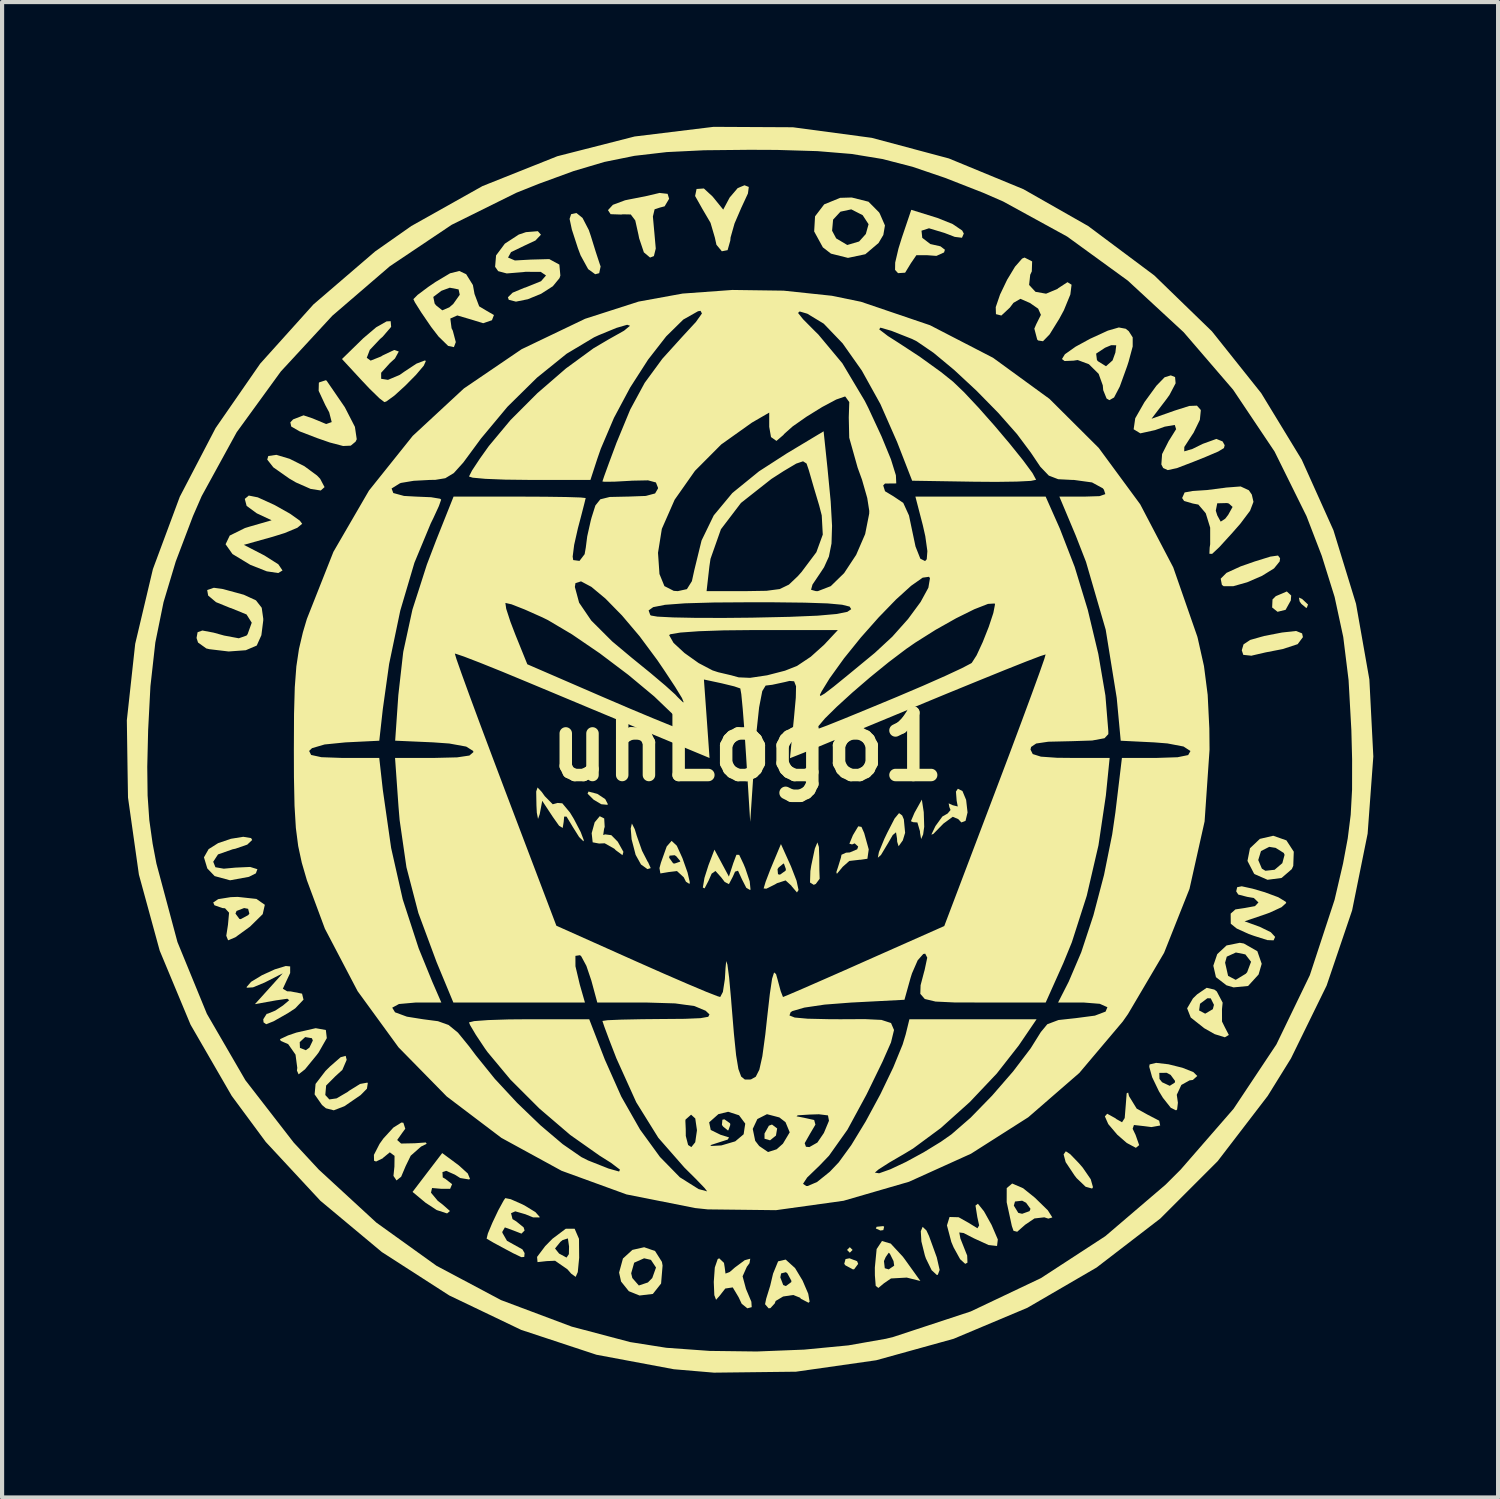
<source format=kicad_pcb>
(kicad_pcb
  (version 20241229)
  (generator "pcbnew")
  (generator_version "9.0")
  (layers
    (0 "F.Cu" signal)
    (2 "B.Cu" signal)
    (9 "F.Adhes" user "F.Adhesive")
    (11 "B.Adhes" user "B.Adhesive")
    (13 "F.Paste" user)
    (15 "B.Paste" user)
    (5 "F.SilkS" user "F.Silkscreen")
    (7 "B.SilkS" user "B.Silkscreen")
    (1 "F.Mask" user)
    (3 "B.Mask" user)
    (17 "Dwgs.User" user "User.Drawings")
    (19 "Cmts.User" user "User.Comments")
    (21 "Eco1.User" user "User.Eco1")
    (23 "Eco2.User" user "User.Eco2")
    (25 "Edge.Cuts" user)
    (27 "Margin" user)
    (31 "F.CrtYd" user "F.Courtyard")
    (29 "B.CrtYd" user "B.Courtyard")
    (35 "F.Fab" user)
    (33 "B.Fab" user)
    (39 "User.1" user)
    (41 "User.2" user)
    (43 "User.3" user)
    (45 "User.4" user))
  (footprint "uhLogo1"
    (layer "F.Cu")
    (at 14.911 14.907)
    (property "Reference" "uhLogo1" (at 0 0 0) (layer "F.SilkS") (effects (font (size 1.5 1.5) (thickness 0.3))))
    (attr board_only exclude_from_pos_files exclude_from_bom)
    (fp_poly (pts (xy 2.54 12.098) (xy 2.473 12.165) (xy 2.406 12.098) (xy 2.473 12.032)) (stroke (width 0) (type solid)) (fill yes) (layer "F.SilkS"))
    (fp_poly (pts (xy 3.298 11.541) (xy 3.279 11.621) (xy 3.208 11.631) (xy 3.098 11.582) (xy 3.119 11.541) (xy 3.278 11.525)) (stroke (width 0) (type solid)) (fill yes) (layer "F.SilkS"))
    (fp_poly (pts (xy 0.726 9.177) (xy 0.697 9.348) (xy 0.555 9.462) (xy 0.422 9.424) (xy 0.422 9.299) (xy 0.527 9.111) (xy 0.602 9.083)) (stroke (width 0) (type solid)) (fill yes) (layer "F.SilkS"))
    (fp_poly (pts (xy 13.348 -3.555) (xy 13.491 -3.421) (xy 13.462 -3.343) (xy 13.443 -3.342) (xy 13.33 -3.437) (xy 13.289 -3.496) (xy 13.273 -3.588)) (stroke (width 0) (type solid)) (fill yes) (layer "F.SilkS"))
    (fp_poly (pts (xy -3.598 1.132) (xy -3.408 1.258) (xy -3.345 1.379) (xy -3.356 1.395) (xy -3.503 1.381) (xy -3.686 1.273) (xy -3.833 1.127) (xy -3.81 1.076)) (stroke (width 0) (type solid)) (fill yes) (layer "F.SilkS"))
    (fp_poly (pts (xy -0.406 9.054) (xy -0.401 9.091) (xy -0.447 9.221) (xy -0.46 9.224) (xy -0.574 9.131) (xy -0.602 9.091) (xy -0.591 8.967) (xy -0.543 8.957)) (stroke (width 0) (type solid)) (fill yes) (layer "F.SilkS"))
    (fp_poly (pts (xy 2.648 12.369) (xy 2.674 12.433) (xy 2.578 12.562) (xy 2.548 12.566) (xy 2.367 12.469) (xy 2.339 12.433) (xy 2.37 12.318) (xy 2.465 12.299)) (stroke (width 0) (type solid)) (fill yes) (layer "F.SilkS"))
    (fp_poly (pts (xy 13.086 -3.638) (xy 13.077 -3.52) (xy 12.952 -3.294) (xy 12.758 -3.246) (xy 12.628 -3.35) (xy 12.637 -3.543) (xy 12.716 -3.622) (xy 12.981 -3.735)) (stroke (width 0) (type solid)) (fill yes) (layer "F.SilkS"))
    (fp_poly (pts (xy 4.251 1.572) (xy 4.262 1.923) (xy 4.236 2.107) (xy 4.188 2.218) (xy 4.162 2.071) (xy 4.16 2.031) (xy 4.098 1.819) (xy 3.997 1.813) (xy 3.942 1.789) (xy 4.028 1.587) (xy 4.205 1.27)) (stroke (width 0) (type solid)) (fill yes) (layer "F.SilkS"))
    (fp_poly (pts (xy -2.698 1.981) (xy -2.65 2.139) (xy -2.523 2.5) (xy -2.391 2.757) (xy -2.378 2.774) (xy -2.314 2.917) (xy -2.393 2.941) (xy -2.548 2.83) (xy -2.677 2.598) (xy -2.774 2.224) (xy -2.795 1.963) (xy -2.767 1.845)) (stroke (width 0) (type solid)) (fill yes) (layer "F.SilkS"))
    (fp_poly (pts (xy 1.73 2.41) (xy 1.738 2.651) (xy 1.741 2.977) (xy 1.748 3.17) (xy 1.748 3.172) (xy 1.655 3.298) (xy 1.606 3.319) (xy 1.516 3.263) (xy 1.525 2.988) (xy 1.546 2.855) (xy 1.632 2.448) (xy 1.694 2.299)) (stroke (width 0) (type solid)) (fill yes) (layer "F.SilkS"))
    (fp_poly (pts (xy 4.315 11.629) (xy 4.378 11.764) (xy 4.564 12.277) (xy 4.633 12.579) (xy 4.589 12.696) (xy 4.565 12.7) (xy 4.441 12.586) (xy 4.303 12.304) (xy 4.278 12.231) (xy 4.194 11.893) (xy 4.18 11.648) (xy 4.224 11.543)) (stroke (width 0) (type solid)) (fill yes) (layer "F.SilkS"))
    (fp_poly (pts (xy 7.773 9.796) (xy 7.982 10.013) (xy 8.072 10.117) (xy 8.266 10.398) (xy 8.32 10.589) (xy 8.299 10.622) (xy 8.143 10.579) (xy 7.926 10.371) (xy 7.878 10.309) (xy 7.663 9.986) (xy 7.614 9.801) (xy 7.667 9.726)) (stroke (width 0) (type solid)) (fill yes) (layer "F.SilkS"))
    (fp_poly (pts (xy -10.997 -6.925) (xy -10.642 -6.747) (xy -10.339 -6.524) (xy -10.263 -6.445) (xy -10.157 -6.244) (xy -10.248 -6.163) (xy -10.492 -6.201) (xy -10.846 -6.357) (xy -11.005 -6.45) (xy -11.388 -6.719) (xy -11.535 -6.906) (xy -11.51 -6.992) (xy -11.316 -7.02)) (stroke (width 0) (type solid)) (fill yes) (layer "F.SilkS"))
    (fp_poly (pts (xy 12.819 -4.534) (xy 12.809 -4.457) (xy 12.673 -4.289) (xy 12.384 -4.11) (xy 12.028 -3.956) (xy 11.692 -3.861) (xy 11.462 -3.861) (xy 11.42 -3.893) (xy 11.391 -4.042) (xy 11.53 -4.182) (xy 11.871 -4.338) (xy 12.208 -4.456) (xy 12.585 -4.573) (xy 12.769 -4.599)) (stroke (width 0) (type solid)) (fill yes) (layer "F.SilkS"))
    (fp_poly (pts (xy 13.348 -2.727) (xy 13.368 -2.637) (xy 13.242 -2.468) (xy 12.886 -2.351) (xy 12.867 -2.347) (xy 12.471 -2.27) (xy 12.16 -2.198) (xy 12.132 -2.19) (xy 11.934 -2.211) (xy 11.898 -2.321) (xy 11.94 -2.463) (xy 12.101 -2.57) (xy 12.433 -2.664) (xy 12.867 -2.748) (xy 13.204 -2.785)) (stroke (width 0) (type solid)) (fill yes) (layer "F.SilkS"))
    (fp_poly (pts (xy -3.954 -12.717) (xy -3.803 -12.426) (xy -3.755 -12.285) (xy -3.635 -11.898) (xy -3.538 -11.603) (xy -3.519 -11.55) (xy -3.553 -11.388) (xy -3.649 -11.363) (xy -3.819 -11.486) (xy -4 -11.816) (xy -4.065 -11.989) (xy -4.211 -12.439) (xy -4.265 -12.694) (xy -4.228 -12.807) (xy -4.103 -12.834) (xy -4.099 -12.834)) (stroke (width 0) (type solid)) (fill yes) (layer "F.SilkS"))
    (fp_poly (pts (xy -3.433 1.723) (xy -3.421 1.925) (xy -3.436 1.976) (xy -3.457 2.121) (xy -3.409 2.106) (xy -3.262 2.125) (xy -3.107 2.282) (xy -2.971 2.526) (xy -2.993 2.606) (xy -3.154 2.487) (xy -3.189 2.451) (xy -3.421 2.32) (xy -3.556 2.326) (xy -3.71 2.297) (xy -3.734 2.077) (xy -3.662 1.816) (xy -3.54 1.669)) (stroke (width 0) (type solid)) (fill yes) (layer "F.SilkS"))
    (fp_poly (pts (xy 3.732 1.651) (xy 3.772 1.745) (xy 3.803 2.068) (xy 3.747 2.251) (xy 3.646 2.391) (xy 3.612 2.283) (xy 3.608 2.206) (xy 3.584 2.056) (xy 3.506 2.121) (xy 3.399 2.306) (xy 3.223 2.6) (xy 3.147 2.667) (xy 3.173 2.531) (xy 3.304 2.212) (xy 3.373 2.068) (xy 3.55 1.724) (xy 3.657 1.595)) (stroke (width 0) (type solid)) (fill yes) (layer "F.SilkS"))
    (fp_poly (pts (xy 0.044 -13.462) (xy 0.023 -13.304) (xy -0.13 -12.974) (xy -0.131 -12.973) (xy -0.299 -12.583) (xy -0.394 -12.248) (xy -0.401 -12.171) (xy -0.466 -11.942) (xy -0.604 -11.915) (xy -0.734 -12.071) (xy -0.772 -12.244) (xy -0.876 -12.599) (xy -1.073 -12.935) (xy -1.247 -13.244) (xy -1.212 -13.413) (xy -1.036 -13.425) (xy -0.826 -13.231) (xy -0.571 -12.917) (xy -0.415 -13.209) (xy -0.222 -13.435) (xy -0.059 -13.502)) (stroke (width 0) (type solid)) (fill yes) (layer "F.SilkS"))
    (fp_poly (pts (xy -11.923 2.195) (xy -11.898 2.241) (xy -12.015 2.352) (xy -12.302 2.451) (xy -12.366 2.464) (xy -12.719 2.588) (xy -12.834 2.764) (xy -12.781 2.896) (xy -12.58 2.931) (xy -12.299 2.905) (xy -11.946 2.889) (xy -11.772 2.943) (xy -11.809 3.043) (xy -11.976 3.127) (xy -12.429 3.21) (xy -12.8 3.109) (xy -12.976 2.925) (xy -13.057 2.658) (xy -12.945 2.461) (xy -12.717 2.317) (xy -12.408 2.212) (xy -12.112 2.164)) (stroke (width 0) (type solid)) (fill yes) (layer "F.SilkS"))
    (fp_poly (pts (xy 2.753 1.926) (xy 2.819 2.075) (xy 2.928 2.467) (xy 2.896 2.692) (xy 2.727 2.717) (xy 2.721 2.715) (xy 2.461 2.745) (xy 2.302 2.886) (xy 2.162 3.055) (xy 2.15 3.012) (xy 2.188 2.897) (xy 2.259 2.667) (xy 2.273 2.596) (xy 2.382 2.546) (xy 2.473 2.54) (xy 2.651 2.464) (xy 2.674 2.398) (xy 2.59 2.322) (xy 2.527 2.348) (xy 2.463 2.33) (xy 2.548 2.125) (xy 2.676 1.912)) (stroke (width 0) (type solid)) (fill yes) (layer "F.SilkS"))
    (fp_poly (pts (xy -10.107 -8.803) (xy -9.669 -8.164) (xy -9.427 -7.693) (xy -9.383 -7.395) (xy -9.411 -7.337) (xy -9.527 -7.241) (xy -9.711 -7.233) (xy -10.031 -7.317) (xy -10.338 -7.424) (xy -10.757 -7.585) (xy -10.958 -7.701) (xy -10.98 -7.801) (xy -10.914 -7.872) (xy -10.662 -7.97) (xy -10.445 -7.897) (xy -10.118 -7.761) (xy -9.985 -7.808) (xy -10.045 -8.041) (xy -10.14 -8.218) (xy -10.299 -8.56) (xy -10.294 -8.753) (xy -10.278 -8.766) (xy -10.127 -8.814)) (stroke (width 0) (type solid)) (fill yes) (layer "F.SilkS"))
    (fp_poly (pts (xy 5.182 1.065) (xy 5.27 1.277) (xy 5.304 1.578) (xy 5.256 1.78) (xy 5.155 1.819) (xy 5.081 1.739) (xy 4.948 1.683) (xy 4.725 1.846) (xy 4.68 1.892) (xy 4.479 2.097) (xy 4.434 2.111) (xy 4.517 1.937) (xy 4.533 1.905) (xy 4.699 1.676) (xy 4.825 1.604) (xy 4.895 1.52) (xy 4.867 1.45) (xy 4.85 1.36) (xy 4.948 1.405) (xy 5.069 1.435) (xy 5.042 1.296) (xy 5.025 1.076) (xy 5.072 1.008)) (stroke (width 0) (type solid)) (fill yes) (layer "F.SilkS"))
    (fp_poly (pts (xy -9.625 7.527) (xy -9.729 7.769) (xy -9.893 7.918) (xy -10.119 8.145) (xy -10.139 8.373) (xy -10.042 8.479) (xy -9.868 8.454) (xy -9.6 8.297) (xy -9.567 8.271) (xy -9.303 8.107) (xy -9.129 8.075) (xy -9.117 8.084) (xy -9.138 8.221) (xy -9.291 8.376) (xy -9.679 8.642) (xy -9.935 8.741) (xy -10.124 8.692) (xy -10.218 8.613) (xy -10.396 8.358) (xy -10.373 8.106) (xy -10.135 7.795) (xy -10.026 7.687) (xy -9.77 7.464) (xy -9.649 7.431)) (stroke (width 0) (type solid)) (fill yes) (layer "F.SilkS"))
    (fp_poly (pts (xy -2.21 12.124) (xy -2.045 12.385) (xy -2.029 12.474) (xy -2.065 12.906) (xy -2.263 13.156) (xy -2.583 13.194) (xy -2.841 13.09) (xy -3.027 12.858) (xy -3.071 12.659) (xy -2.784 12.659) (xy -2.757 12.773) (xy -2.6 12.953) (xy -2.382 12.88) (xy -2.277 12.773) (xy -2.187 12.521) (xy -2.309 12.337) (xy -2.473 12.299) (xy -2.712 12.405) (xy -2.784 12.659) (xy -3.071 12.659) (xy -3.075 12.643) (xy -2.982 12.304) (xy -2.755 12.097) (xy -2.472 12.033)) (stroke (width 0) (type solid)) (fill yes) (layer "F.SilkS"))
    (fp_poly (pts (xy 3.456 11.945) (xy 3.748 12.26) (xy 3.793 12.32) (xy 4.17 12.845) (xy 3.842 12.763) (xy 3.463 12.784) (xy 3.294 12.9) (xy 3.16 13.012) (xy 3.096 12.963) (xy 3.076 12.71) (xy 3.075 12.523) (xy 3.09 12.366) (xy 3.294 12.366) (xy 3.314 12.538) (xy 3.409 12.566) (xy 3.54 12.476) (xy 3.524 12.366) (xy 3.437 12.19) (xy 3.409 12.165) (xy 3.336 12.269) (xy 3.294 12.366) (xy 3.09 12.366) (xy 3.118 12.077) (xy 3.246 11.884)) (stroke (width 0) (type solid)) (fill yes) (layer "F.SilkS"))
    (fp_poly (pts (xy 9.186 8.399) (xy 9.371 8.7) (xy 9.636 8.847) (xy 9.912 8.99) (xy 9.936 9.106) (xy 9.726 9.144) (xy 9.547 9.121) (xy 9.305 9.094) (xy 9.274 9.185) (xy 9.344 9.331) (xy 9.431 9.578) (xy 9.352 9.643) (xy 9.134 9.527) (xy 8.904 9.327) (xy 8.687 9.071) (xy 8.606 8.887) (xy 8.662 8.823) (xy 8.858 8.931) (xy 8.887 8.954) (xy 9.019 9.028) (xy 9.083 8.927) (xy 9.109 8.606) (xy 9.13 8.332) (xy 9.166 8.315)) (stroke (width 0) (type solid)) (fill yes) (layer "F.SilkS"))
    (fp_poly (pts (xy 11.948 4.73) (xy 12.272 4.915) (xy 12.377 5.218) (xy 12.302 5.475) (xy 12.05 5.751) (xy 11.7 5.785) (xy 11.53 5.735) (xy 11.277 5.539) (xy 11.214 5.264) (xy 11.238 5.191) (xy 11.497 5.191) (xy 11.569 5.508) (xy 11.752 5.604) (xy 11.994 5.457) (xy 12.027 5.42) (xy 12.121 5.169) (xy 11.984 4.992) (xy 11.756 4.946) (xy 11.537 5.046) (xy 11.497 5.191) (xy 11.238 5.191) (xy 11.308 4.985) (xy 11.531 4.777) (xy 11.85 4.713)) (stroke (width 0) (type solid)) (fill yes) (layer "F.SilkS"))
    (fp_poly (pts (xy -10.126 6.81) (xy -10.103 7.005) (xy -10.3 7.351) (xy -10.347 7.413) (xy -10.627 7.755) (xy -10.781 7.876) (xy -10.821 7.785) (xy -10.813 7.72) (xy -10.855 7.402) (xy -11.032 7.149) (xy -11.144 7.101) (xy -10.754 7.101) (xy -10.749 7.24) (xy -10.607 7.296) (xy -10.521 7.233) (xy -10.439 7.062) (xy -10.461 7.007) (xy -10.623 6.98) (xy -10.754 7.101) (xy -11.144 7.101) (xy -11.21 7.072) (xy -11.229 7.031) (xy -11.035 6.94) (xy -10.835 6.872) (xy -10.37 6.766)) (stroke (width 0) (type solid)) (fill yes) (layer "F.SilkS"))
    (fp_poly (pts (xy -6.932 10.062) (xy -6.713 10.26) (xy -6.66 10.389) (xy -6.681 10.404) (xy -6.895 10.369) (xy -7.026 10.287) (xy -7.232 10.196) (xy -7.322 10.226) (xy -7.315 10.354) (xy -7.252 10.39) (xy -7.09 10.517) (xy -7.138 10.629) (xy -7.353 10.628) (xy -7.572 10.609) (xy -7.598 10.721) (xy -7.436 10.916) (xy -7.319 11.006) (xy -7.142 11.162) (xy -7.207 11.218) (xy -7.219 11.218) (xy -7.461 11.139) (xy -7.73 10.962) (xy -8.041 10.703) (xy -7.685 10.236) (xy -7.328 9.769)) (stroke (width 0) (type solid)) (fill yes) (layer "F.SilkS"))
    (fp_poly (pts (xy -4.039 11.831) (xy -4.035 12.287) (xy -4.068 12.631) (xy -4.119 12.746) (xy -4.226 12.669) (xy -4.316 12.565) (xy -4.614 12.358) (xy -4.818 12.367) (xy -5.036 12.391) (xy -5.047 12.266) (xy -4.894 12.063) (xy -4.615 12.063) (xy -4.518 12.185) (xy -4.338 12.282) (xy -4.282 12.199) (xy -4.278 12.015) (xy -4.306 11.821) (xy -4.431 11.86) (xy -4.485 11.903) (xy -4.615 12.063) (xy -4.894 12.063) (xy -4.853 12.008) (xy -4.678 11.83) (xy -4.356 11.588) (xy -4.144 11.588)) (stroke (width 0) (type solid)) (fill yes) (layer "F.SilkS"))
    (fp_poly (pts (xy -1.687 2.379) (xy -1.552 2.676) (xy -1.428 3.025) (xy -1.375 3.255) (xy -1.382 3.298) (xy -1.467 3.244) (xy -1.52 3.138) (xy -1.683 2.988) (xy -1.884 3.012) (xy -2.082 3.045) (xy -2.104 2.916) (xy -2.069 2.787) (xy -2.026 2.666) (xy -1.872 2.666) (xy -1.775 2.802) (xy -1.738 2.807) (xy -1.608 2.762) (xy -1.604 2.748) (xy -1.698 2.634) (xy -1.738 2.607) (xy -1.861 2.617) (xy -1.872 2.666) (xy -2.026 2.666) (xy -1.93 2.397) (xy -1.812 2.262)) (stroke (width 0) (type solid)) (fill yes) (layer "F.SilkS"))
    (fp_poly (pts (xy 4.582 -12.716) (xy 4.947 -12.569) (xy 5.175 -12.414) (xy 5.214 -12.341) (xy 5.17 -12.24) (xy 4.997 -12.261) (xy 4.749 -12.356) (xy 4.377 -12.468) (xy 4.197 -12.41) (xy 4.215 -12.238) (xy 4.409 -12.089) (xy 4.653 -12.034) (xy 4.76 -11.952) (xy 4.739 -11.887) (xy 4.556 -11.804) (xy 4.339 -11.82) (xy 4.074 -11.821) (xy 3.944 -11.631) (xy 3.803 -11.4) (xy 3.633 -11.389) (xy 3.561 -11.467) (xy 3.564 -11.643) (xy 3.643 -11.98) (xy 3.724 -12.241) (xy 3.951 -12.912)) (stroke (width 0) (type solid)) (fill yes) (layer "F.SilkS"))
    (fp_poly (pts (xy 5.699 11.169) (xy 5.882 11.497) (xy 6.032 11.846) (xy 6.013 12.003) (xy 5.809 11.98) (xy 5.455 11.818) (xy 5.208 11.691) (xy 5.105 11.678) (xy 5.132 11.823) (xy 5.269 12.169) (xy 5.295 12.232) (xy 5.302 12.404) (xy 5.248 12.433) (xy 5.125 12.32) (xy 4.969 12.037) (xy 4.914 11.907) (xy 4.809 11.508) (xy 4.871 11.306) (xy 5.09 11.312) (xy 5.337 11.451) (xy 5.541 11.577) (xy 5.583 11.509) (xy 5.539 11.308) (xy 5.495 11.031) (xy 5.553 10.987)) (stroke (width 0) (type solid)) (fill yes) (layer "F.SilkS"))
    (fp_poly (pts (xy 6.641 10.615) (xy 6.923 10.842) (xy 7.234 11.145) (xy 7.343 11.317) (xy 7.246 11.345) (xy 7.149 11.314) (xy 6.913 11.341) (xy 6.688 11.493) (xy 6.498 11.661) (xy 6.409 11.638) (xy 6.369 11.523) (xy 6.263 11.033) (xy 6.417 11.033) (xy 6.524 11.207) (xy 6.617 11.229) (xy 6.795 11.165) (xy 6.818 11.11) (xy 6.712 10.964) (xy 6.617 10.914) (xy 6.445 10.934) (xy 6.417 11.033) (xy 6.263 11.033) (xy 6.245 10.951) (xy 6.246 10.611) (xy 6.377 10.501)) (stroke (width 0) (type solid)) (fill yes) (layer "F.SilkS"))
    (fp_poly (pts (xy 11.239 5.838) (xy 11.297 5.883) (xy 11.438 6.152) (xy 11.422 6.308) (xy 11.423 6.606) (xy 11.492 6.746) (xy 11.587 6.929) (xy 11.491 6.985) (xy 11.248 6.91) (xy 10.997 6.768) (xy 10.671 6.51) (xy 10.604 6.34) (xy 10.872 6.34) (xy 11.018 6.417) (xy 11.202 6.309) (xy 11.229 6.205) (xy 11.152 6.049) (xy 11.071 6.046) (xy 10.894 6.179) (xy 10.872 6.34) (xy 10.604 6.34) (xy 10.584 6.289) (xy 10.724 6.05) (xy 10.826 5.951) (xy 11.054 5.795)) (stroke (width 0) (type solid)) (fill yes) (layer "F.SilkS"))
    (fp_poly (pts (xy 12.971 2.25) (xy 13.148 2.522) (xy 13.136 2.863) (xy 13.101 2.941) (xy 12.856 3.153) (xy 12.517 3.198) (xy 12.207 3.062) (xy 12.192 3.048) (xy 12.035 2.744) (xy 12.039 2.723) (xy 12.294 2.723) (xy 12.381 2.929) (xy 12.466 2.981) (xy 12.687 2.957) (xy 12.873 2.798) (xy 12.927 2.598) (xy 12.908 2.553) (xy 12.712 2.43) (xy 12.558 2.406) (xy 12.36 2.507) (xy 12.294 2.723) (xy 12.039 2.723) (xy 12.095 2.44) (xy 12.333 2.214) (xy 12.655 2.139)) (stroke (width 0) (type solid)) (fill yes) (layer "F.SilkS"))
    (fp_poly (pts (xy -11.763 -5.998) (xy -11.376 -5.822) (xy -11.35 -5.809) (xy -10.989 -5.606) (xy -10.751 -5.437) (xy -10.695 -5.362) (xy -10.812 -5.266) (xy -11.115 -5.14) (xy -11.397 -5.052) (xy -12.098 -4.856) (xy -11.602 -4.6) (xy -11.268 -4.388) (xy -11.168 -4.24) (xy -11.27 -4.178) (xy -11.546 -4.219) (xy -11.941 -4.375) (xy -12.371 -4.635) (xy -12.537 -4.87) (xy -12.437 -5.079) (xy -12.071 -5.26) (xy -11.964 -5.293) (xy -11.43 -5.447) (xy -11.787 -5.614) (xy -12.031 -5.793) (xy -12.075 -5.961) (xy -11.979 -6.041)) (stroke (width 0) (type solid)) (fill yes) (layer "F.SilkS"))
    (fp_poly (pts (xy -8.262 9.04) (xy -8.216 9.184) (xy -8.277 9.266) (xy -8.411 9.455) (xy -8.316 9.54) (xy -7.988 9.533) (xy -7.723 9.514) (xy -7.701 9.545) (xy -7.837 9.613) (xy -8.085 9.832) (xy -8.207 10.082) (xy -8.315 10.338) (xy -8.427 10.427) (xy -8.5 10.318) (xy -8.477 10.093) (xy -8.474 9.836) (xy -8.588 9.751) (xy -8.751 9.885) (xy -8.758 9.895) (xy -8.918 9.972) (xy -8.967 9.953) (xy -8.97 9.812) (xy -8.834 9.547) (xy -8.742 9.418) (xy -8.502 9.156) (xy -8.31 9.035)) (stroke (width 0) (type solid)) (fill yes) (layer "F.SilkS"))
    (fp_poly (pts (xy -4.935 1.085) (xy -4.862 1.187) (xy -4.67 1.382) (xy -4.553 1.35) (xy -4.44 1.359) (xy -4.257 1.579) (xy -4.161 1.737) (xy -3.997 2.052) (xy -3.924 2.245) (xy -3.931 2.273) (xy -4.037 2.168) (xy -4.195 1.916) (xy -4.201 1.905) (xy -4.338 1.679) (xy -4.396 1.679) (xy -4.407 1.805) (xy -4.431 1.951) (xy -4.518 1.898) (xy -4.668 1.686) (xy -4.923 1.299) (xy -4.983 1.619) (xy -5.024 1.734) (xy -5.053 1.586) (xy -5.062 1.407) (xy -5.068 1.075) (xy -5.035 0.978)) (stroke (width 0) (type solid)) (fill yes) (layer "F.SilkS"))
    (fp_poly (pts (xy -1.908 -13.296) (xy -1.872 -13.177) (xy -1.98 -12.996) (xy -2.09 -12.967) (xy -2.221 -12.924) (xy -2.262 -12.751) (xy -2.229 -12.385) (xy -2.227 -12.366) (xy -2.193 -11.981) (xy -2.238 -11.799) (xy -2.33 -11.764) (xy -2.479 -11.889) (xy -2.593 -12.229) (xy -2.609 -12.312) (xy -2.686 -12.657) (xy -2.794 -12.8) (xy -2.988 -12.804) (xy -3.022 -12.798) (xy -3.279 -12.807) (xy -3.342 -12.904) (xy -3.224 -13.032) (xy -2.932 -13.141) (xy -2.841 -13.16) (xy -2.445 -13.237) (xy -2.134 -13.31) (xy -2.106 -13.318)) (stroke (width 0) (type solid)) (fill yes) (layer "F.SilkS"))
    (fp_poly (pts (xy -0.608 2.797) (xy -0.434 3.121) (xy -0.329 2.797) (xy -0.254 2.597) (xy -0.187 2.598) (xy -0.081 2.821) (xy -0.039 2.923) (xy 0.066 3.236) (xy 0.085 3.429) (xy 0.076 3.444) (xy -0.016 3.391) (xy -0.117 3.194) (xy -0.215 2.98) (xy -0.286 3.002) (xy -0.342 3.127) (xy -0.434 3.302) (xy -0.535 3.25) (xy -0.62 3.139) (xy -0.757 2.986) (xy -0.849 3.05) (xy -0.924 3.221) (xy -1.019 3.404) (xy -1.061 3.384) (xy -1.022 3.152) (xy -0.926 2.849) (xy -0.782 2.473)) (stroke (width 0) (type solid)) (fill yes) (layer "F.SilkS"))
    (fp_poly (pts (xy 1.058 2.874) (xy 1.192 3.219) (xy 1.24 3.443) (xy 1.202 3.502) (xy 1.076 3.354) (xy 1.066 3.338) (xy 0.929 3.213) (xy 0.724 3.279) (xy 0.672 3.31) (xy 0.467 3.412) (xy 0.401 3.406) (xy 0.448 3.248) (xy 0.565 2.942) (xy 0.566 2.941) (xy 0.735 2.941) (xy 0.746 3.064) (xy 0.794 3.075) (xy 0.93 2.978) (xy 0.936 2.941) (xy 0.89 2.811) (xy 0.877 2.807) (xy 0.763 2.901) (xy 0.735 2.941) (xy 0.566 2.941) (xy 0.609 2.836) (xy 0.817 2.339)) (stroke (width 0) (type solid)) (fill yes) (layer "F.SilkS"))
    (fp_poly (pts (xy -0.553 12.409) (xy -0.535 12.52) (xy -0.516 12.667) (xy -0.413 12.627) (xy -0.29 12.52) (xy -0.054 12.345) (xy 0.079 12.309) (xy 0.061 12.417) (xy -0.003 12.503) (xy -0.105 12.732) (xy -0.024 13.034) (xy -0.02 13.044) (xy 0.106 13.344) (xy 0.114 13.474) (xy 0.009 13.502) (xy 0.009 13.502) (xy -0.127 13.392) (xy -0.201 13.235) (xy -0.342 12.999) (xy -0.521 13.026) (xy -0.658 13.201) (xy -0.743 13.297) (xy -0.785 13.185) (xy -0.798 12.867) (xy -0.773 12.52) (xy -0.704 12.319) (xy -0.668 12.299)) (stroke (width 0) (type solid)) (fill yes) (layer "F.SilkS"))
    (fp_poly (pts (xy -11.795 3.658) (xy -11.593 3.799) (xy -11.644 4.024) (xy -11.949 4.324) (xy -11.964 4.335) (xy -12.303 4.581) (xy -12.476 4.653) (xy -12.52 4.544) (xy -12.479 4.278) (xy -12.455 4.011) (xy -12.299 4.011) (xy -12.203 4.14) (xy -12.173 4.144) (xy -11.992 4.047) (xy -11.965 4.011) (xy -11.995 3.896) (xy -12.091 3.877) (xy -12.273 3.947) (xy -12.299 4.011) (xy -12.455 4.011) (xy -12.453 3.989) (xy -12.55 3.883) (xy -12.616 3.877) (xy -12.805 3.81) (xy -12.834 3.743) (xy -12.714 3.663) (xy -12.413 3.615) (xy -12.246 3.609)) (stroke (width 0) (type solid)) (fill yes) (layer "F.SilkS"))
    (fp_poly (pts (xy 2.922 -13.107) (xy 3.177 -12.85) (xy 3.196 -12.816) (xy 3.318 -12.536) (xy 3.279 -12.308) (xy 3.164 -12.114) (xy 2.846 -11.844) (xy 2.429 -11.756) (xy 2.02 -11.858) (xy 1.825 -12.009) (xy 1.616 -12.391) (xy 1.617 -12.409) (xy 2.047 -12.409) (xy 2.145 -12.225) (xy 2.412 -12.066) (xy 2.696 -12.15) (xy 2.858 -12.33) (xy 2.924 -12.566) (xy 2.782 -12.783) (xy 2.508 -12.923) (xy 2.248 -12.867) (xy 2.071 -12.676) (xy 2.047 -12.409) (xy 1.617 -12.409) (xy 1.637 -12.755) (xy 1.857 -13.043) (xy 2.242 -13.2) (xy 2.519 -13.208)) (stroke (width 0) (type solid)) (fill yes) (layer "F.SilkS"))
    (fp_poly (pts (xy 10.135 7.634) (xy 10.469 7.717) (xy 10.734 7.822) (xy 10.828 7.915) (xy 10.721 8.011) (xy 10.642 8.021) (xy 10.445 8.131) (xy 10.335 8.367) (xy 10.362 8.559) (xy 10.343 8.721) (xy 10.317 8.742) (xy 10.191 8.68) (xy 10.002 8.441) (xy 9.906 8.284) (xy 9.742 7.943) (xy 9.714 7.841) (xy 9.915 7.841) (xy 9.919 7.986) (xy 9.982 8.066) (xy 10.166 8.152) (xy 10.288 8.074) (xy 10.294 8.035) (xy 10.187 7.889) (xy 10.093 7.839) (xy 9.915 7.841) (xy 9.714 7.841) (xy 9.673 7.695) (xy 9.681 7.638) (xy 9.838 7.6)) (stroke (width 0) (type solid)) (fill yes) (layer "F.SilkS"))
    (fp_poly (pts (xy -12.6 -3.793) (xy -12.098 -3.656) (xy -11.806 -3.521) (xy -11.668 -3.343) (xy -11.631 -3.081) (xy -11.631 -3.038) (xy -11.676 -2.683) (xy -11.786 -2.438) (xy -11.791 -2.433) (xy -12.051 -2.322) (xy -12.463 -2.292) (xy -12.925 -2.347) (xy -13.001 -2.365) (xy -13.199 -2.507) (xy -13.235 -2.617) (xy -13.21 -2.755) (xy -13.095 -2.796) (xy -12.825 -2.745) (xy -12.572 -2.675) (xy -12.219 -2.609) (xy -12.033 -2.675) (xy -12.007 -2.709) (xy -11.908 -2.984) (xy -12.033 -3.182) (xy -12.404 -3.334) (xy -12.433 -3.342) (xy -12.767 -3.478) (xy -12.956 -3.637) (xy -12.979 -3.769) (xy -12.819 -3.824)) (stroke (width 0) (type solid)) (fill yes) (layer "F.SilkS"))
    (fp_poly (pts (xy 1.157 12.535) (xy 1.337 12.834) (xy 1.473 13.15) (xy 1.507 13.342) (xy 1.481 13.368) (xy 1.296 13.272) (xy 1.278 13.247) (xy 1.112 13.181) (xy 0.869 13.218) (xy 0.69 13.325) (xy 0.668 13.384) (xy 0.564 13.497) (xy 0.52 13.502) (xy 0.435 13.403) (xy 0.463 13.268) (xy 0.559 12.958) (xy 0.606 12.759) (xy 0.802 12.759) (xy 0.872 12.942) (xy 0.936 12.967) (xy 1.066 12.871) (xy 1.069 12.842) (xy 0.972 12.661) (xy 0.936 12.633) (xy 0.821 12.663) (xy 0.802 12.759) (xy 0.606 12.759) (xy 0.628 12.667) (xy 0.749 12.372) (xy 0.931 12.33)) (stroke (width 0) (type solid)) (fill yes) (layer "F.SilkS"))
    (fp_poly (pts (xy 12.157 3.411) (xy 12.451 3.497) (xy 12.775 3.617) (xy 12.955 3.727) (xy 12.967 3.754) (xy 12.854 3.857) (xy 12.57 3.988) (xy 12.466 4.026) (xy 11.965 4.196) (xy 12.332 4.329) (xy 12.595 4.458) (xy 12.7 4.571) (xy 12.663 4.654) (xy 12.514 4.648) (xy 12.194 4.547) (xy 12.067 4.502) (xy 11.777 4.37) (xy 11.635 4.256) (xy 11.633 4.244) (xy 11.631 4.023) (xy 11.631 4.011) (xy 11.745 3.91) (xy 11.965 3.877) (xy 12.216 3.831) (xy 12.299 3.743) (xy 12.187 3.635) (xy 12.032 3.609) (xy 11.814 3.553) (xy 11.764 3.476) (xy 11.787 3.376) (xy 11.897 3.354)) (stroke (width 0) (type solid)) (fill yes) (layer "F.SilkS"))
    (fp_poly (pts (xy -10.984 5.281) (xy -10.984 5.44) (xy -11.069 5.621) (xy -11.16 5.818) (xy -11.057 5.879) (xy -10.971 5.882) (xy -10.698 5.936) (xy -10.663 6.08) (xy -10.863 6.29) (xy -11.037 6.404) (xy -11.384 6.601) (xy -11.561 6.671) (xy -11.624 6.626) (xy -11.631 6.551) (xy -11.548 6.421) (xy -11.522 6.417) (xy -11.342 6.343) (xy -11.155 6.219) (xy -11.007 6.093) (xy -11.052 6.058) (xy -11.323 6.097) (xy -11.363 6.104) (xy -11.831 6.188) (xy -11.497 5.818) (xy -11.163 5.447) (xy -11.597 5.668) (xy -11.877 5.784) (xy -12.025 5.793) (xy -12.032 5.777) (xy -11.923 5.651) (xy -11.663 5.493) (xy -11.352 5.351) (xy -11.089 5.271)) (stroke (width 0) (type solid)) (fill yes) (layer "F.SilkS"))
    (fp_poly (pts (xy -4.954 -12.314) (xy -5.086 -12.174) (xy -5.347 -12.052) (xy -5.673 -11.895) (xy -5.745 -11.764) (xy -5.58 -11.694) (xy -5.2 -11.715) (xy -4.754 -11.727) (xy -4.511 -11.595) (xy -4.487 -11.331) (xy -4.507 -11.27) (xy -4.668 -11.074) (xy -4.948 -10.894) (xy -5.269 -10.762) (xy -5.555 -10.704) (xy -5.728 -10.749) (xy -5.748 -10.809) (xy -5.634 -10.92) (xy -5.356 -11.036) (xy -5.324 -11.045) (xy -4.952 -11.195) (xy -4.832 -11.333) (xy -4.959 -11.42) (xy -5.327 -11.421) (xy -5.383 -11.414) (xy -5.776 -11.382) (xy -5.982 -11.437) (xy -6.056 -11.542) (xy -6.033 -11.815) (xy -5.822 -12.098) (xy -5.487 -12.317) (xy -5.314 -12.375) (xy -5.028 -12.398)) (stroke (width 0) (type solid)) (fill yes) (layer "F.SilkS"))
    (fp_poly (pts (xy 6.857 -11.671) (xy 6.849 -11.432) (xy 6.811 -11.351) (xy 6.784 -11.105) (xy 6.938 -10.94) (xy 7.192 -10.895) (xy 7.464 -11.009) (xy 7.484 -11.027) (xy 7.707 -11.172) (xy 7.805 -11.111) (xy 7.776 -10.876) (xy 7.621 -10.498) (xy 7.511 -10.294) (xy 7.277 -9.916) (xy 7.118 -9.752) (xy 7.001 -9.77) (xy 6.979 -9.793) (xy 6.91 -10.055) (xy 6.957 -10.164) (xy 7.068 -10.386) (xy 7.002 -10.535) (xy 6.804 -10.672) (xy 6.575 -10.772) (xy 6.408 -10.675) (xy 6.321 -10.56) (xy 6.117 -10.37) (xy 5.987 -10.403) (xy 5.982 -10.572) (xy 6.086 -10.876) (xy 6.255 -11.229) (xy 6.446 -11.545) (xy 6.616 -11.739) (xy 6.675 -11.764)) (stroke (width 0) (type solid)) (fill yes) (layer "F.SilkS"))
    (fp_poly (pts (xy -8.556 -10.097) (xy -8.759 -9.861) (xy -8.823 -9.805) (xy -9.069 -9.544) (xy -9.142 -9.354) (xy -9.049 -9.286) (xy -8.799 -9.385) (xy -8.759 -9.411) (xy -8.482 -9.542) (xy -8.372 -9.505) (xy -8.464 -9.337) (xy -8.583 -9.229) (xy -8.796 -8.994) (xy -8.796 -8.849) (xy -8.632 -8.823) (xy -8.349 -8.943) (xy -8.235 -9.023) (xy -7.947 -9.213) (xy -7.751 -9.288) (xy -7.72 -9.28) (xy -7.771 -9.165) (xy -7.959 -8.943) (xy -8.217 -8.682) (xy -8.476 -8.446) (xy -8.671 -8.304) (xy -8.718 -8.288) (xy -8.836 -8.378) (xy -9.072 -8.608) (xy -9.259 -8.806) (xy -9.738 -9.324) (xy -9.226 -9.824) (xy -8.916 -10.087) (xy -8.666 -10.229) (xy -8.567 -10.234)) (stroke (width 0) (type solid)) (fill yes) (layer "F.SilkS"))
    (fp_poly (pts (xy -5.681 10.878) (xy -5.409 10.998) (xy -5.347 11.029) (xy -5.086 11.189) (xy -4.984 11.304) (xy -4.989 11.317) (xy -5.144 11.315) (xy -5.328 11.24) (xy -5.571 11.17) (xy -5.673 11.215) (xy -5.637 11.357) (xy -5.547 11.412) (xy -5.37 11.556) (xy -5.347 11.631) (xy -5.422 11.706) (xy -5.615 11.631) (xy -5.821 11.556) (xy -5.882 11.661) (xy -5.882 11.684) (xy -5.771 11.878) (xy -5.615 11.965) (xy -5.399 12.085) (xy -5.347 12.174) (xy -5.355 12.266) (xy -5.424 12.272) (xy -5.623 12.177) (xy -5.815 12.075) (xy -6.098 11.922) (xy -6.254 11.83) (xy -6.26 11.826) (xy -6.23 11.703) (xy -6.121 11.443) (xy -5.98 11.146) (xy -5.852 10.912) (xy -5.811 10.852)) (stroke (width 0) (type solid)) (fill yes) (layer "F.SilkS"))
    (fp_poly (pts (xy 9.107 -10.052) (xy 9.179 -9.995) (xy 9.275 -9.845) (xy 9.275 -9.626) (xy 9.176 -9.259) (xy 9.141 -9.151) (xy 8.964 -8.661) (xy 8.827 -8.399) (xy 8.712 -8.335) (xy 8.647 -8.375) (xy 8.566 -8.576) (xy 8.556 -8.691) (xy 8.456 -8.968) (xy 8.222 -9.199) (xy 7.952 -9.3) (xy 7.853 -9.285) (xy 7.637 -9.276) (xy 7.574 -9.324) (xy 7.645 -9.439) (xy 7.666 -9.454) (xy 8.396 -9.454) (xy 8.415 -9.302) (xy 8.438 -9.272) (xy 8.633 -9.151) (xy 8.791 -9.291) (xy 8.859 -9.48) (xy 8.879 -9.655) (xy 8.758 -9.657) (xy 8.609 -9.595) (xy 8.396 -9.454) (xy 7.666 -9.454) (xy 7.902 -9.621) (xy 8.249 -9.81) (xy 8.678 -10.007) (xy 8.942 -10.083)) (stroke (width 0) (type solid)) (fill yes) (layer "F.SilkS"))
    (fp_poly (pts (xy 12.067 -6.169) (xy 12.139 -6.065) (xy 12.179 -5.89) (xy 12.097 -5.675) (xy 11.863 -5.364) (xy 11.673 -5.147) (xy 11.358 -4.801) (xy 11.185 -4.639) (xy 11.119 -4.642) (xy 11.126 -4.792) (xy 11.138 -4.87) (xy 11.138 -5.27) (xy 11.032 -5.614) (xy 10.979 -5.678) (xy 11.273 -5.678) (xy 11.309 -5.563) (xy 11.391 -5.414) (xy 11.499 -5.484) (xy 11.571 -5.577) (xy 11.677 -5.768) (xy 11.588 -5.849) (xy 11.544 -5.861) (xy 11.308 -5.855) (xy 11.273 -5.678) (xy 10.979 -5.678) (xy 10.854 -5.824) (xy 10.72 -5.85) (xy 10.511 -5.911) (xy 10.464 -5.982) (xy 10.524 -6.116) (xy 10.717 -6.151) (xy 11.065 -6.174) (xy 11.488 -6.228) (xy 11.517 -6.233) (xy 11.871 -6.26)) (stroke (width 0) (type solid)) (fill yes) (layer "F.SilkS"))
    (fp_poly (pts (xy -6.752 -11.364) (xy -6.59 -11.103) (xy -6.551 -10.888) (xy -6.439 -10.591) (xy -6.27 -10.49) (xy -6.084 -10.382) (xy -6.132 -10.257) (xy -6.343 -10.185) (xy -6.624 -10.272) (xy -6.965 -10.372) (xy -7.133 -10.298) (xy -7.103 -10.065) (xy -7.073 -10.004) (xy -7.001 -9.731) (xy -7.047 -9.61) (xy -7.186 -9.64) (xy -7.417 -9.866) (xy -7.594 -10.096) (xy -7.829 -10.44) (xy -7.984 -10.686) (xy -8.021 -10.764) (xy -7.968 -10.817) (xy -7.542 -10.817) (xy -7.51 -10.659) (xy -7.476 -10.615) (xy -7.326 -10.495) (xy -7.157 -10.567) (xy -7.063 -10.648) (xy -6.906 -10.87) (xy -6.934 -10.998) (xy -7.146 -11.039) (xy -7.347 -10.965) (xy -7.542 -10.817) (xy -7.968 -10.817) (xy -7.92 -10.866) (xy -7.662 -11.059) (xy -7.487 -11.178) (xy -7.138 -11.386) (xy -6.918 -11.441)) (stroke (width 0) (type solid)) (fill yes) (layer "F.SilkS"))
    (fp_poly (pts (xy 10.294 -8.89) (xy 10.307 -8.741) (xy 10.159 -8.459) (xy 10.078 -8.347) (xy 9.728 -7.888) (xy 10.284 -8.084) (xy 10.637 -8.196) (xy 10.82 -8.203) (xy 10.906 -8.107) (xy 10.913 -8.089) (xy 10.89 -7.862) (xy 10.738 -7.55) (xy 10.698 -7.491) (xy 10.516 -7.209) (xy 10.514 -7.104) (xy 10.711 -7.162) (xy 10.961 -7.285) (xy 11.287 -7.403) (xy 11.436 -7.343) (xy 11.487 -7.252) (xy 11.469 -7.183) (xy 11.332 -7.1) (xy 11.027 -6.97) (xy 10.738 -6.854) (xy 10.339 -6.701) (xy 10.117 -6.653) (xy 10.007 -6.704) (xy 9.964 -6.789) (xy 9.982 -7.039) (xy 10.143 -7.357) (xy 10.158 -7.379) (xy 10.319 -7.637) (xy 10.287 -7.739) (xy 10.046 -7.698) (xy 9.813 -7.615) (xy 9.459 -7.537) (xy 9.298 -7.635) (xy 9.336 -7.899) (xy 9.559 -8.289) (xy 9.846 -8.683) (xy 10.042 -8.885) (xy 10.191 -8.931)) (stroke (width 0) (type solid)) (fill yes) (layer "F.SilkS"))
    (fp_poly (pts (xy 1.104 -14.897) (xy 2.999 -14.643) (xy 4.855 -14.147) (xy 6.647 -13.408) (xy 8.204 -12.522) (xy 9.793 -11.335) (xy 11.181 -9.989) (xy 12.365 -8.504) (xy 13.34 -6.903) (xy 14.102 -5.207) (xy 14.645 -3.438) (xy 14.966 -1.618) (xy 15.061 0.232) (xy 14.924 2.089) (xy 14.551 3.934) (xy 13.938 5.742) (xy 13.08 7.494) (xy 12.522 8.394) (xy 11.318 9.964) (xy 9.939 11.343) (xy 8.407 12.521) (xy 6.743 13.489) (xy 4.969 14.235) (xy 3.107 14.751) (xy 1.179 15.026) (xy -0.793 15.049) (xy -1.758 14.967) (xy -3.62 14.618) (xy -5.43 14.02) (xy -7.159 13.192) (xy -8.778 12.15) (xy -10.258 10.915) (xy -11.57 9.502) (xy -12.389 8.394) (xy -13.379 6.682) (xy -14.121 4.901) (xy -14.621 3.073) (xy -14.883 1.22) (xy -14.895 0.478) (xy -14.42 0.478) (xy -14.412 1.171) (xy -14.371 1.761) (xy -14.291 2.329) (xy -14.2 2.807) (xy -13.694 4.695) (xy -12.986 6.422) (xy -12.06 8.018) (xy -10.899 9.516) (xy -10.294 10.168) (xy -8.911 11.441) (xy -7.465 12.479) (xy -5.914 13.304) (xy -4.214 13.942) (xy -2.807 14.314) (xy -1.938 14.451) (xy -0.896 14.526) (xy 0.236 14.54) (xy 1.375 14.495) (xy 2.438 14.393) (xy 3.342 14.234) (xy 3.52 14.19) (xy 5.381 13.577) (xy 7.068 12.776) (xy 8.617 11.767) (xy 10.064 10.53) (xy 10.427 10.168) (xy 11.7 8.705) (xy 12.73 7.157) (xy 13.534 5.493) (xy 14.129 3.681) (xy 14.333 2.807) (xy 14.446 2.201) (xy 14.517 1.635) (xy 14.55 1.03) (xy 14.551 0.302) (xy 14.533 -0.401) (xy 14.466 -1.604) (xy 14.338 -2.64) (xy 14.13 -3.604) (xy 13.821 -4.593) (xy 13.455 -5.545) (xy 12.686 -7.1) (xy 11.689 -8.587) (xy 10.5 -9.969) (xy 9.158 -11.209) (xy 7.699 -12.269) (xy 6.161 -13.112) (xy 5.679 -13.322) (xy 4.764 -13.68) (xy 3.98 -13.947) (xy 3.255 -14.134) (xy 2.518 -14.255) (xy 1.697 -14.323) (xy 0.722 -14.352) (xy 0.067 -14.355) (xy -1.029 -14.344) (xy -1.929 -14.3) (xy -2.705 -14.21) (xy -3.429 -14.063) (xy -4.17 -13.843) (xy -5.001 -13.539) (xy -5.545 -13.322) (xy -7.1 -12.552) (xy -8.587 -11.555) (xy -9.969 -10.366) (xy -11.209 -9.024) (xy -12.269 -7.565) (xy -13.112 -6.027) (xy -13.322 -5.545) (xy -13.735 -4.456) (xy -14.029 -3.476) (xy -14.226 -2.508) (xy -14.344 -1.456) (xy -14.399 -0.401) (xy -14.42 0.478) (xy -14.895 0.478) (xy -14.911 -0.637) (xy -14.71 -2.476) (xy -14.284 -4.274) (xy -13.638 -6.012) (xy -12.776 -7.666) (xy -11.703 -9.215) (xy -10.423 -10.638) (xy -8.94 -11.912) (xy -8.071 -12.522) (xy -6.359 -13.483) (xy -4.561 -14.2) (xy -2.701 -14.675) (xy -0.804 -14.907)) (stroke (width 0) (type solid)) (fill yes) (layer "F.SilkS"))
    (fp_poly (pts (xy 0.881 -10.968) (xy 2.042 -10.845) (xy 2.741 -10.701) (xy 4.401 -10.137) (xy 5.917 -9.354) (xy 7.274 -8.366) (xy 8.458 -7.187) (xy 9.455 -5.832) (xy 10.25 -4.314) (xy 10.829 -2.65) (xy 10.84 -2.607) (xy 10.989 -1.941) (xy 11.078 -1.25) (xy 11.118 -0.44) (xy 11.123 0.067) (xy 11.004 1.794) (xy 10.641 3.416) (xy 10.03 4.954) (xy 9.162 6.426) (xy 9.036 6.606) (xy 7.991 7.843) (xy 6.764 8.908) (xy 5.388 9.784) (xy 3.896 10.459) (xy 2.322 10.916) (xy 0.698 11.142) (xy -0.943 11.123) (xy -1.246 11.091) (xy -2.897 10.763) (xy -4.457 10.195) (xy -5.904 9.404) (xy -7.218 8.409) (xy -8.378 7.227) (xy -9.362 5.876) (xy -10.149 4.374) (xy -10.582 3.208) (xy -10.705 2.785) (xy -10.791 2.386) (xy -10.847 1.951) (xy -10.879 1.419) (xy -10.893 0.727) (xy -10.895 0.1) (xy -10.528 0.1) (xy -10.48 0.196) (xy -10.233 0.25) (xy -9.756 0.267) (xy -9.713 0.267) (xy -8.842 0.267) (xy -8.756 1.036) (xy -8.556 2.433) (xy -8.277 3.669) (xy -7.894 4.846) (xy -7.567 5.648) (xy -7.349 6.149) (xy -7.964 6.149) (xy -8.368 6.185) (xy -8.53 6.273) (xy -8.462 6.384) (xy -8.177 6.489) (xy -7.789 6.551) (xy -7.43 6.598) (xy -7.175 6.689) (xy -6.95 6.873) (xy -6.681 7.203) (xy -6.519 7.419) (xy -6.062 7.985) (xy -5.525 8.563) (xy -4.963 9.103) (xy -4.43 9.555) (xy -3.98 9.866) (xy -3.821 9.946) (xy -3.331 10.14) (xy -3.074 10.213) (xy -3.054 10.167) (xy -3.27 10.003) (xy -3.543 9.831) (xy -4.247 9.335) (xy -4.99 8.699) (xy -5.683 8.007) (xy -6.237 7.342) (xy -6.295 7.262) (xy -6.517 6.929) (xy -6.658 6.691) (xy -6.684 6.627) (xy -6.56 6.596) (xy -6.222 6.571) (xy -5.726 6.555) (xy -5.239 6.551) (xy -3.793 6.551) (xy -3.418 7.52) (xy -3.022 8.411) (xy -2.571 9.203) (xy -2.092 9.862) (xy -1.614 10.351) (xy -1.163 10.635) (xy -0.957 10.69) (xy -1.02 10.608) (xy -1.229 10.391) (xy -1.505 10.117) (xy -2.131 9.402) (xy -2.385 8.994) (xy -1.481 8.994) (xy -1.472 9.196) (xy -1.471 9.358) (xy -1.415 9.575) (xy -1.337 9.625) (xy -1.244 9.509) (xy -1.203 9.227) (xy -1.203 9.213) (xy -1.23 9.03) (xy -0.909 9.03) (xy -0.871 9.213) (xy -0.635 9.329) (xy -0.43 9.393) (xy -0.464 9.445) (xy -0.668 9.51) (xy -0.883 9.58) (xy -0.853 9.598) (xy -0.615 9.585) (xy -0.282 9.487) (xy -0.08 9.317) (xy -0.061 9.188) (xy 0.139 9.188) (xy 0.198 9.474) (xy 0.294 9.599) (xy 0.507 9.744) (xy 0.714 9.678) (xy 0.865 9.543) (xy 1.028 9.27) (xy 0.927 9.026) (xy 0.779 8.912) (xy 0.677 8.885) (xy 1.192 8.885) (xy 1.368 8.919) (xy 1.616 8.974) (xy 1.646 9.085) (xy 1.519 9.3) (xy 1.388 9.531) (xy 1.418 9.617) (xy 1.501 9.625) (xy 1.693 9.516) (xy 1.85 9.285) (xy 1.972 8.992) (xy 1.948 8.863) (xy 1.73 8.836) (xy 1.504 8.843) (xy 1.221 8.861) (xy 1.192 8.885) (xy 0.677 8.885) (xy 0.481 8.834) (xy 0.25 8.951) (xy 0.139 9.188) (xy -0.061 9.188) (xy -0.041 9.061) (xy -0.191 8.86) (xy -0.452 8.776) (xy -0.687 8.833) (xy -0.909 9.03) (xy -1.23 9.03) (xy -1.243 8.937) (xy -1.342 8.847) (xy -1.347 8.849) (xy -1.477 8.963) (xy -1.481 8.994) (xy -2.385 8.994) (xy -2.663 8.546) (xy -3.142 7.486) (xy -3.146 7.475) (xy -3.312 7.046) (xy -3.43 6.729) (xy -3.476 6.592) (xy -3.476 6.592) (xy -3.351 6.574) (xy -3.016 6.56) (xy -2.524 6.55) (xy -2.106 6.546) (xy -1.496 6.541) (xy -1.117 6.525) (xy -0.931 6.492) (xy -0.901 6.435) (xy -0.992 6.348) (xy -0.995 6.346) (xy -1.263 6.234) (xy -1.728 6.17) (xy -2.422 6.149) (xy -2.427 6.149) (xy -3.599 6.149) (xy -3.742 5.62) (xy -3.861 5.268) (xy -3.984 5.039) (xy -4.014 5.011) (xy -4.125 5.027) (xy -4.124 5.277) (xy -4.02 5.716) (xy -3.896 6.149) (xy -5.478 6.149) (xy -7.06 6.149) (xy -7.462 5.18) (xy -7.901 3.997) (xy -8.188 2.896) (xy -8.352 1.761) (xy -8.379 1.437) (xy -8.462 0.267) (xy -7.495 0.267) (xy -6.968 0.254) (xy -6.674 0.21) (xy -6.579 0.129) (xy -6.583 0.1) (xy -6.751 -0.005) (xy -7.158 -0.079) (xy -7.549 -0.107) (xy -8.459 -0.147) (xy -8.383 -1.243) (xy -8.27 -2.24) (xy -7.024 -2.24) (xy -6.986 -2.111) (xy -6.865 -1.766) (xy -6.673 -1.237) (xy -6.422 -0.558) (xy -6.124 0.237) (xy -5.818 1.048) (xy -4.583 4.302) (xy -2.667 5.159) (xy -2.005 5.452) (xy -1.428 5.702) (xy -0.98 5.891) (xy -0.705 5.998) (xy -0.643 6.016) (xy -0.579 5.895) (xy -0.531 5.585) (xy -0.515 5.314) (xy -0.499 5.152) (xy -0.47 5.237) (xy -0.429 5.549) (xy -0.382 6.067) (xy -0.376 6.149) (xy -0.314 6.897) (xy -0.261 7.417) (xy -0.206 7.748) (xy -0.139 7.93) (xy -0.05 8.001) (xy 0.072 8.001) (xy 0.1 7.996) (xy 0.212 7.933) (xy 0.298 7.763) (xy 0.37 7.44) (xy 0.441 6.918) (xy 0.481 6.549) (xy 0.491 6.46) (xy 1.022 6.46) (xy 1.147 6.51) (xy 1.457 6.538) (xy 1.987 6.55) (xy 2.255 6.551) (xy 2.836 6.548) (xy 3.234 6.567) (xy 3.464 6.642) (xy 3.536 6.81) (xy 3.463 7.109) (xy 3.258 7.574) (xy 2.933 8.242) (xy 2.87 8.37) (xy 2.416 9.207) (xy 1.972 9.833) (xy 1.741 10.074) (xy 1.448 10.356) (xy 1.348 10.508) (xy 1.424 10.56) (xy 1.46 10.561) (xy 1.685 10.465) (xy 1.992 10.218) (xy 2.206 9.993) (xy 2.508 9.578) (xy 2.857 9.004) (xy 3.208 8.354) (xy 3.517 7.711) (xy 3.743 7.159) (xy 3.816 6.918) (xy 3.906 6.551) (xy 5.435 6.551) (xy 6.964 6.551) (xy 6.532 7.186) (xy 6.007 7.856) (xy 5.358 8.542) (xy 4.661 9.167) (xy 3.995 9.659) (xy 3.805 9.774) (xy 3.426 9.995) (xy 3.162 10.164) (xy 3.075 10.239) (xy 3.178 10.255) (xy 3.448 10.159) (xy 3.826 9.981) (xy 4.25 9.75) (xy 4.663 9.497) (xy 4.917 9.319) (xy 5.379 8.917) (xy 5.896 8.386) (xy 6.4 7.805) (xy 6.822 7.25) (xy 7.067 6.858) (xy 7.222 6.671) (xy 7.49 6.57) (xy 7.911 6.524) (xy 8.366 6.464) (xy 8.623 6.367) (xy 8.667 6.262) (xy 8.484 6.18) (xy 8.096 6.149) (xy 7.481 6.149) (xy 7.736 5.648) (xy 8.038 4.94) (xy 8.33 4.054) (xy 8.586 3.08) (xy 8.782 2.107) (xy 8.859 1.577) (xy 9.016 0.267) (xy 9.866 0.267) (xy 10.354 0.251) (xy 10.609 0.199) (xy 10.663 0.104) (xy 10.662 0.1) (xy 10.497 -0.007) (xy 10.11 -0.081) (xy 9.797 -0.106) (xy 8.987 -0.146) (xy 8.891 -1.176) (xy 8.626 -2.816) (xy 8.152 -4.447) (xy 7.906 -5.078) (xy 7.512 -6.016) (xy 8.117 -6.016) (xy 8.478 -6.027) (xy 8.617 -6.076) (xy 8.583 -6.182) (xy 8.556 -6.216) (xy 8.297 -6.357) (xy 7.867 -6.416) (xy 7.818 -6.417) (xy 7.484 -6.434) (xy 7.258 -6.521) (xy 7.054 -6.734) (xy 6.824 -7.076) (xy 6.494 -7.518) (xy 6.041 -8.031) (xy 5.519 -8.563) (xy 4.983 -9.061) (xy 4.486 -9.474) (xy 4.082 -9.75) (xy 3.968 -9.807) (xy 3.472 -10.003) (xy 3.208 -10.079) (xy 3.18 -10.037) (xy 3.389 -9.877) (xy 3.646 -9.713) (xy 4.152 -9.382) (xy 4.658 -9.017) (xy 4.957 -8.778) (xy 5.223 -8.523) (xy 5.568 -8.155) (xy 5.948 -7.726) (xy 6.319 -7.287) (xy 6.639 -6.889) (xy 6.864 -6.584) (xy 6.952 -6.422) (xy 6.952 -6.42) (xy 6.827 -6.394) (xy 6.489 -6.377) (xy 5.99 -6.37) (xy 5.462 -6.374) (xy 3.972 -6.398) (xy 3.61 -7.329) (xy 3.208 -8.242) (xy 2.762 -9.046) (xy 2.299 -9.702) (xy 1.846 -10.174) (xy 1.451 -10.414) (xy 1.267 -10.468) (xy 1.228 -10.432) (xy 1.352 -10.278) (xy 1.653 -9.975) (xy 1.714 -9.916) (xy 2.293 -9.222) (xy 2.833 -8.317) (xy 2.917 -8.15) (xy 3.236 -7.463) (xy 3.461 -6.915) (xy 3.581 -6.529) (xy 3.59 -6.333) (xy 3.505 -6.332) (xy 3.319 -6.33) (xy 3.276 -6.285) (xy 3.32 -6.145) (xy 3.521 -6.024) (xy 3.758 -5.865) (xy 3.896 -5.562) (xy 3.946 -5.322) (xy 4.053 -4.816) (xy 4.169 -4.523) (xy 4.283 -4.466) (xy 4.323 -4.51) (xy 4.338 -4.706) (xy 4.288 -5.064) (xy 4.228 -5.33) (xy 4.05 -6.016) (xy 5.616 -6.016) (xy 7.182 -6.016) (xy 7.523 -5.247) (xy 7.88 -4.326) (xy 8.195 -3.293) (xy 8.448 -2.234) (xy 8.619 -1.233) (xy 8.689 -0.376) (xy 8.689 -0.304) (xy 8.597 -0.206) (xy 8.3 -0.151) (xy 7.768 -0.134) (xy 7.754 -0.134) (xy 7.245 -0.122) (xy 6.954 -0.079) (xy 6.832 0.004) (xy 6.818 0.067) (xy 6.872 0.175) (xy 7.068 0.237) (xy 7.455 0.264) (xy 7.769 0.267) (xy 8.721 0.267) (xy 8.63 1.17) (xy 8.452 2.369) (xy 8.17 3.583) (xy 7.812 4.7) (xy 7.608 5.199) (xy 7.183 6.149) (xy 5.664 6.149) (xy 4.985 6.147) (xy 4.535 6.126) (xy 4.276 6.064) (xy 4.168 5.94) (xy 4.175 5.733) (xy 4.257 5.42) (xy 4.271 5.371) (xy 4.335 5.07) (xy 4.286 4.974) (xy 4.239 4.982) (xy 4.105 5.134) (xy 3.968 5.448) (xy 3.933 5.559) (xy 3.787 6.083) (xy 2.501 6.15) (xy 1.867 6.199) (xy 1.38 6.271) (xy 1.091 6.355) (xy 1.049 6.384) (xy 1.022 6.46) (xy 0.491 6.46) (xy 0.55 5.942) (xy 0.604 5.576) (xy 0.652 5.426) (xy 0.699 5.465) (xy 0.732 5.581) (xy 0.811 5.875) (xy 0.865 6.014) (xy 0.868 6.016) (xy 0.995 5.964) (xy 1.324 5.823) (xy 1.813 5.609) (xy 2.42 5.342) (xy 2.822 5.163) (xy 4.744 4.31) (xy 5.977 1.059) (xy 6.307 0.186) (xy 6.601 -0.601) (xy 6.848 -1.269) (xy 7.035 -1.783) (xy 7.15 -2.112) (xy 7.181 -2.221) (xy 7.055 -2.181) (xy 6.717 -2.052) (xy 6.204 -1.848) (xy 5.551 -1.583) (xy 4.793 -1.273) (xy 4.411 -1.115) (xy 3.595 -0.776) (xy 2.846 -0.466) (xy 2.205 -0.202) (xy 1.713 0.001) (xy 1.411 0.124) (xy 1.353 0.148) (xy 1.034 0.274) (xy 1.11 -0.495) (xy 1.717 -0.495) (xy 1.725 -0.439) (xy 1.738 -0.442) (xy 1.931 -0.514) (xy 2.318 -0.669) (xy 2.847 -0.886) (xy 3.465 -1.142) (xy 3.609 -1.202) (xy 4.234 -1.468) (xy 4.772 -1.706) (xy 5.173 -1.893) (xy 5.388 -2.006) (xy 5.406 -2.019) (xy 5.522 -2.2) (xy 5.669 -2.518) (xy 5.815 -2.887) (xy 5.924 -3.217) (xy 5.964 -3.422) (xy 5.957 -3.446) (xy 5.796 -3.436) (xy 5.468 -3.308) (xy 5.03 -3.091) (xy 4.538 -2.814) (xy 4.049 -2.506) (xy 3.828 -2.353) (xy 3.408 -2.035) (xy 2.965 -1.675) (xy 2.536 -1.306) (xy 2.16 -0.963) (xy 1.875 -0.682) (xy 1.717 -0.495) (xy 1.11 -0.495) (xy 1.129 -0.683) (xy 1.174 -1.177) (xy 1.176 -1.246) (xy 1.753 -1.246) (xy 1.767 -1.221) (xy 1.869 -1.281) (xy 2.086 -1.447) (xy 2.447 -1.741) (xy 2.982 -2.182) (xy 3.073 -2.257) (xy 3.494 -2.647) (xy 3.873 -3.072) (xy 4.175 -3.482) (xy 4.362 -3.825) (xy 4.4 -4.052) (xy 4.379 -4.088) (xy 4.225 -4.067) (xy 3.948 -3.872) (xy 3.583 -3.541) (xy 3.168 -3.113) (xy 2.739 -2.629) (xy 2.333 -2.126) (xy 1.987 -1.645) (xy 1.798 -1.337) (xy 1.753 -1.246) (xy 1.176 -1.246) (xy 1.18 -1.457) (xy 1.134 -1.575) (xy 1.023 -1.584) (xy 0.912 -1.557) (xy 0.606 -1.491) (xy 0.449 -1.472) (xy 0.368 -1.339) (xy 0.292 -0.947) (xy 0.223 -0.305) (xy 0.188 0.167) (xy 0.078 1.805) (xy -0.021 0.219) (xy -0.062 -0.4) (xy -0.102 -0.913) (xy -0.136 -1.265) (xy -0.16 -1.403) (xy -0.305 -1.453) (xy -0.601 -1.525) (xy -0.618 -1.529) (xy -1.035 -1.618) (xy -0.967 -0.674) (xy -0.9 0.269) (xy -2.221 -0.28) (xy -2.878 -0.553) (xy -3.678 -0.886) (xy -4.519 -1.238) (xy -5.269 -1.551) (xy -5.891 -1.809) (xy -6.418 -2.021) (xy -6.805 -2.17) (xy -7.006 -2.238) (xy -7.024 -2.24) (xy -8.27 -2.24) (xy -8.264 -2.286) (xy -8.044 -3.299) (xy -7.993 -3.458) (xy -5.809 -3.458) (xy -5.789 -3.318) (xy -5.688 -3.007) (xy -5.569 -2.696) (xy -5.281 -1.984) (xy -3.476 -1.202) (xy -2.83 -0.925) (xy -2.269 -0.69) (xy -1.84 -0.515) (xy -1.589 -0.421) (xy -1.547 -0.41) (xy -1.545 -0.487) (xy -1.694 -0.689) (xy -1.748 -0.749) (xy -2.23 -1.211) (xy -2.852 -1.729) (xy -3.537 -2.246) (xy -4.208 -2.704) (xy -4.787 -3.047) (xy -4.919 -3.112) (xy -5.343 -3.301) (xy -5.661 -3.426) (xy -5.807 -3.459) (xy -5.809 -3.458) (xy -7.993 -3.458) (xy -7.869 -3.843) (xy -4.138 -3.843) (xy -4.036 -3.465) (xy -3.744 -3.036) (xy -3.242 -2.535) (xy -2.776 -2.145) (xy -2.328 -1.781) (xy -1.961 -1.471) (xy -1.725 -1.258) (xy -1.666 -1.194) (xy -1.541 -1.073) (xy -1.521 -1.069) (xy -1.562 -1.171) (xy -1.727 -1.442) (xy -1.987 -1.836) (xy -2.154 -2.082) (xy -2.579 -2.655) (xy -2.605 -2.686) (xy -1.872 -2.686) (xy -1.766 -2.499) (xy -1.502 -2.255) (xy -1.162 -2.013) (xy -0.827 -1.837) (xy -0.692 -1.793) (xy -0.377 -1.719) (xy -0.201 -1.67) (xy 0.074 -1.658) (xy 0.484 -1.719) (xy 0.914 -1.83) (xy 1.203 -1.944) (xy 1.534 -2.165) (xy 1.861 -2.459) (xy 1.861 -2.46) (xy 2.186 -2.807) (xy 0.157 -2.807) (xy -0.557 -2.8) (xy -1.157 -2.779) (xy -1.6 -2.747) (xy -1.841 -2.707) (xy -1.872 -2.686) (xy -2.605 -2.686) (xy -3.005 -3.158) (xy -3.124 -3.279) (xy -2.365 -3.279) (xy -2.327 -3.174) (xy -2.311 -3.157) (xy -2.154 -3.13) (xy -1.776 -3.111) (xy -1.22 -3.1) (xy -0.531 -3.099) (xy 0.115 -3.105) (xy 1.027 -3.125) (xy 1.698 -3.153) (xy 2.152 -3.193) (xy 2.413 -3.245) (xy 2.507 -3.309) (xy 2.469 -3.371) (xy 2.288 -3.416) (xy 1.938 -3.448) (xy 1.39 -3.466) (xy 0.616 -3.475) (xy 0.153 -3.476) (xy -0.791 -3.47) (xy -1.491 -3.45) (xy -1.971 -3.414) (xy -2.255 -3.358) (xy -2.365 -3.279) (xy -3.124 -3.279) (xy -3.402 -3.563) (xy -3.74 -3.845) (xy -3.99 -3.978) (xy -4.124 -3.935) (xy -4.138 -3.843) (xy -7.869 -3.843) (xy -7.697 -4.381) (xy -7.468 -4.98) (xy -7.055 -6.016) (xy -5.466 -6.016) (xy -4.85 -6.013) (xy -4.346 -6.006) (xy -4.004 -5.995) (xy -3.878 -5.982) (xy -3.878 -5.982) (xy -3.911 -5.846) (xy -3.992 -5.531) (xy -4.065 -5.255) (xy -4.155 -4.856) (xy -4.191 -4.573) (xy -4.178 -4.49) (xy -4.027 -4.47) (xy -3.903 -4.632) (xy -3.898 -4.664) (xy -2.139 -4.664) (xy -2.104 -4.155) (xy -1.985 -3.864) (xy -1.761 -3.75) (xy -1.663 -3.743) (xy -0.971 -3.743) (xy -0.031 -3.743) (xy 0.469 -3.751) (xy 0.788 -3.793) (xy 1.009 -3.9) (xy 1.219 -4.099) (xy 1.311 -4.202) (xy 1.669 -4.679) (xy 1.823 -5.103) (xy 1.798 -5.565) (xy 1.737 -5.801) (xy 1.61 -6.226) (xy 1.504 -6.593) (xy 1.485 -6.658) (xy 1.433 -6.811) (xy 1.349 -6.865) (xy 1.183 -6.809) (xy 0.879 -6.628) (xy 0.587 -6.44) (xy -0.144 -5.864) (xy -0.626 -5.231) (xy -0.877 -4.519) (xy -0.904 -4.334) (xy -0.971 -3.743) (xy -1.663 -3.743) (xy -1.444 -3.791) (xy -1.324 -3.983) (xy -1.267 -4.244) (xy -1.092 -4.96) (xy -0.799 -5.564) (xy -0.351 -6.103) (xy 0.29 -6.624) (xy 0.955 -7.053) (xy 1.843 -7.586) (xy 1.936 -6.701) (xy 2.013 -5.901) (xy 2.046 -5.315) (xy 2.033 -4.889) (xy 1.97 -4.574) (xy 1.853 -4.316) (xy 1.762 -4.178) (xy 1.575 -3.9) (xy 1.541 -3.776) (xy 1.653 -3.744) (xy 1.705 -3.743) (xy 2.015 -3.863) (xy 2.336 -4.176) (xy 2.626 -4.616) (xy 2.842 -5.115) (xy 2.939 -5.605) (xy 2.941 -5.672) (xy 2.892 -5.983) (xy 2.767 -6.42) (xy 2.661 -6.713) (xy 2.459 -7.432) (xy 2.448 -7.921) (xy 2.46 -8.289) (xy 2.365 -8.421) (xy 2.353 -8.422) (xy 2.146 -8.35) (xy 1.81 -8.171) (xy 1.433 -7.938) (xy 1.099 -7.704) (xy 0.894 -7.522) (xy 0.877 -7.499) (xy 0.709 -7.355) (xy 0.578 -7.448) (xy 0.535 -7.694) (xy 0.535 -8.036) (xy 0.119 -7.795) (xy -0.619 -7.27) (xy -1.251 -6.635) (xy -1.739 -5.941) (xy -2.047 -5.24) (xy -2.139 -4.664) (xy -3.898 -4.664) (xy -3.876 -4.787) (xy -3.841 -5.061) (xy -3.755 -5.444) (xy -3.736 -5.514) (xy -3.645 -5.802) (xy -3.526 -5.951) (xy -3.301 -6.007) (xy -2.89 -6.016) (xy -2.868 -6.016) (xy -2.433 -6.032) (xy -2.209 -6.092) (xy -2.139 -6.212) (xy -2.139 -6.229) (xy -2.189 -6.356) (xy -2.378 -6.407) (xy -2.767 -6.399) (xy -2.807 -6.396) (xy -3.188 -6.375) (xy -3.43 -6.373) (xy -3.476 -6.38) (xy -3.432 -6.511) (xy -3.318 -6.825) (xy -3.156 -7.259) (xy -3.14 -7.303) (xy -2.807 -8.109) (xy -2.459 -8.752) (xy -2.035 -9.33) (xy -1.562 -9.853) (xy -1.228 -10.215) (xy -1.083 -10.419) (xy -1.116 -10.483) (xy -1.177 -10.473) (xy -1.531 -10.273) (xy -1.942 -9.869) (xy -2.378 -9.309) (xy -2.808 -8.64) (xy -3.198 -7.91) (xy -3.515 -7.166) (xy -3.601 -6.918) (xy -3.764 -6.417) (xy -5.224 -6.417) (xy -5.813 -6.424) (xy -6.288 -6.443) (xy -6.595 -6.471) (xy -6.684 -6.499) (xy -6.611 -6.643) (xy -6.421 -6.931) (xy -6.208 -7.23) (xy -5.686 -7.856) (xy -5.042 -8.501) (xy -4.351 -9.099) (xy -3.689 -9.583) (xy -3.331 -9.794) (xy -2.956 -10.005) (xy -2.812 -10.124) (xy -2.88 -10.148) (xy -3.137 -10.073) (xy -3.565 -9.897) (xy -3.676 -9.846) (xy -4.335 -9.452) (xy -5.049 -8.876) (xy -5.758 -8.177) (xy -6.396 -7.412) (xy -6.504 -7.265) (xy -6.821 -6.835) (xy -7.05 -6.581) (xy -7.254 -6.458) (xy -7.492 -6.419) (xy -7.621 -6.417) (xy -8.014 -6.396) (xy -8.314 -6.346) (xy -8.344 -6.336) (xy -8.545 -6.211) (xy -8.504 -6.102) (xy -8.246 -6.032) (xy -7.954 -6.016) (xy -7.595 -6.001) (xy -7.38 -5.965) (xy -7.353 -5.944) (xy -7.407 -5.79) (xy -7.544 -5.492) (xy -7.602 -5.375) (xy -7.996 -4.426) (xy -8.336 -3.276) (xy -8.604 -1.993) (xy -8.756 -0.909) (xy -8.841 -0.146) (xy -9.657 -0.106) (xy -10.156 -0.056) (xy -10.459 0.033) (xy -10.528 0.1) (xy -10.895 0.1) (xy -10.895 0.067) (xy -10.891 -0.785) (xy -10.873 -1.431) (xy -10.835 -1.933) (xy -10.772 -2.353) (xy -10.678 -2.752) (xy -10.582 -3.075) (xy -9.944 -4.688) (xy -9.089 -6.161) (xy -8.037 -7.476) (xy -6.807 -8.616) (xy -5.419 -9.56) (xy -3.891 -10.292) (xy -2.607 -10.705) (xy -1.548 -10.898) (xy -0.351 -10.985)) (stroke (width 0) (type solid)) (fill yes) (layer "F.SilkS")))
  (gr_rect
    (start -3 -3)
    (end 32.972 32.957)
    (stroke (width 0.1) (type default))
    (fill no)
    (layer "Edge.Cuts")))
</source>
